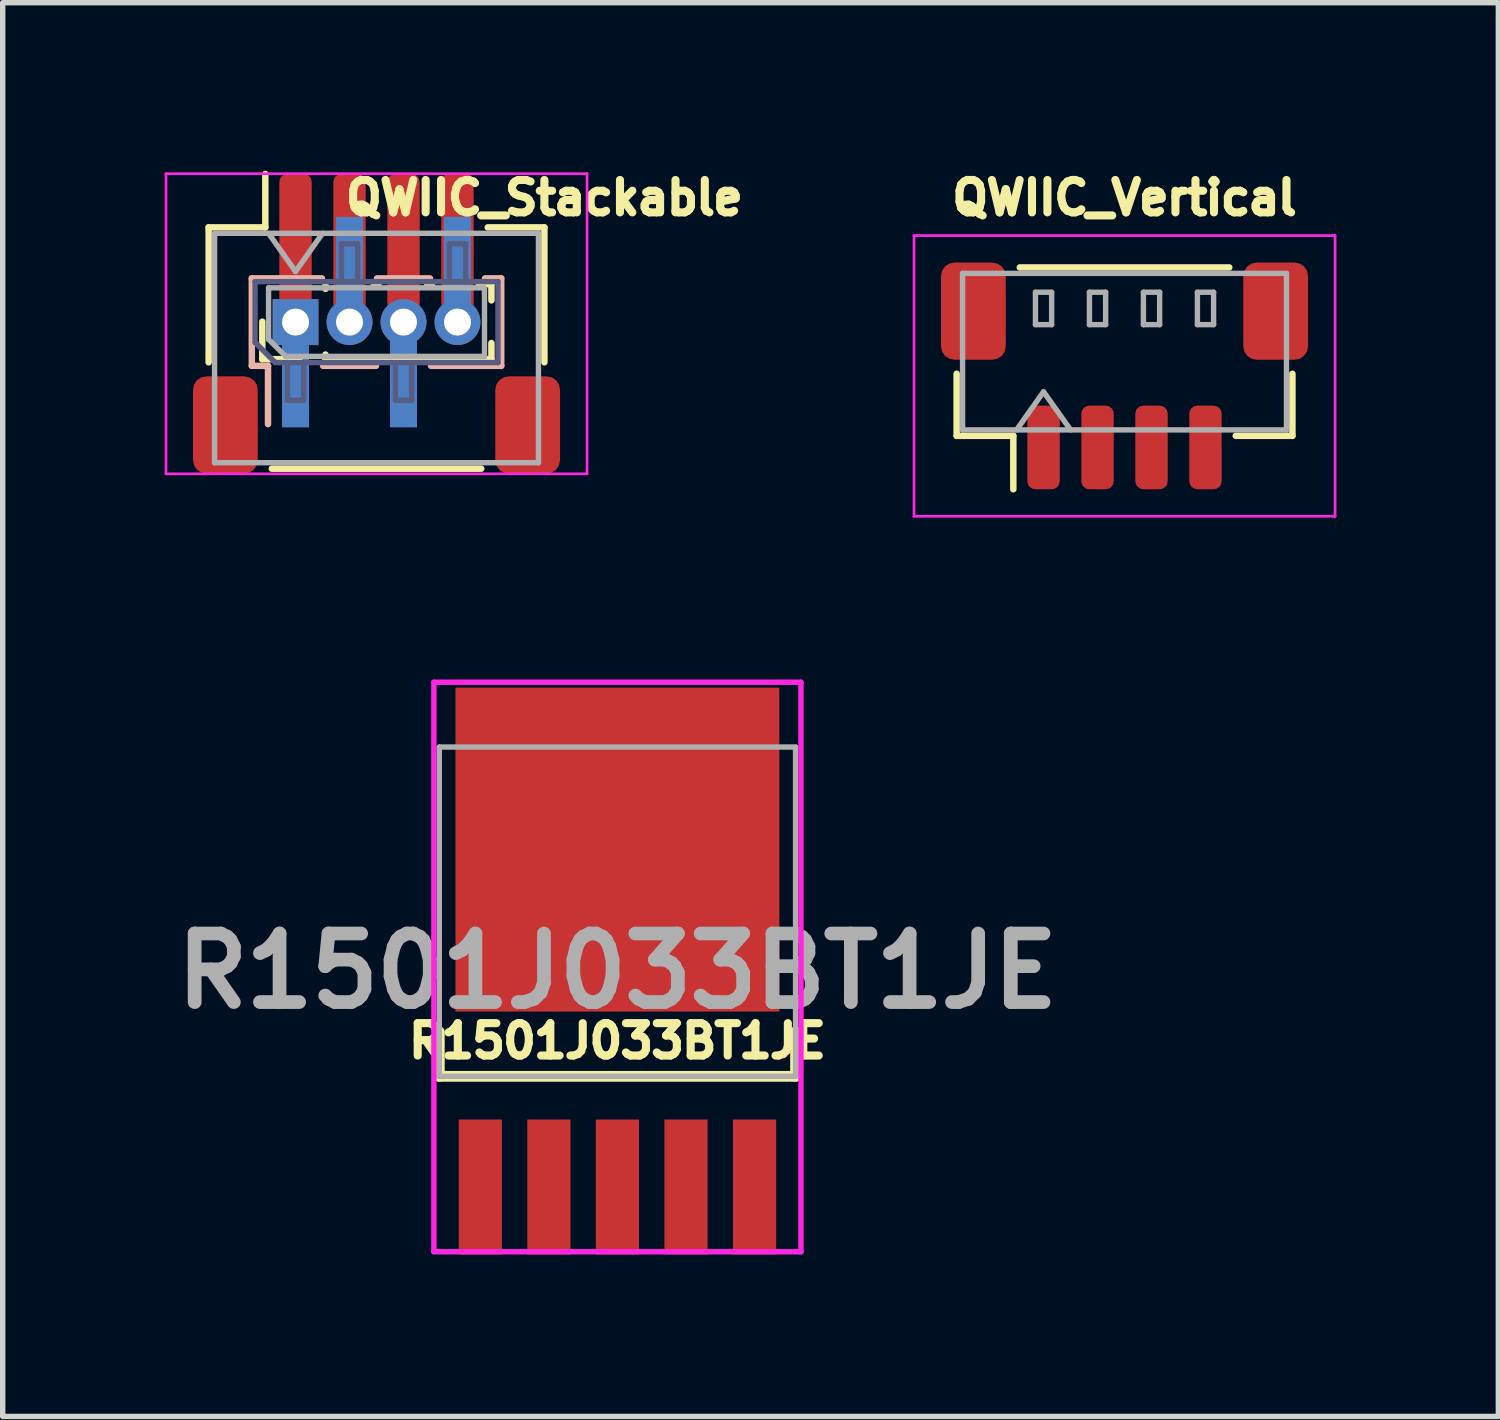
<source format=kicad_pcb>
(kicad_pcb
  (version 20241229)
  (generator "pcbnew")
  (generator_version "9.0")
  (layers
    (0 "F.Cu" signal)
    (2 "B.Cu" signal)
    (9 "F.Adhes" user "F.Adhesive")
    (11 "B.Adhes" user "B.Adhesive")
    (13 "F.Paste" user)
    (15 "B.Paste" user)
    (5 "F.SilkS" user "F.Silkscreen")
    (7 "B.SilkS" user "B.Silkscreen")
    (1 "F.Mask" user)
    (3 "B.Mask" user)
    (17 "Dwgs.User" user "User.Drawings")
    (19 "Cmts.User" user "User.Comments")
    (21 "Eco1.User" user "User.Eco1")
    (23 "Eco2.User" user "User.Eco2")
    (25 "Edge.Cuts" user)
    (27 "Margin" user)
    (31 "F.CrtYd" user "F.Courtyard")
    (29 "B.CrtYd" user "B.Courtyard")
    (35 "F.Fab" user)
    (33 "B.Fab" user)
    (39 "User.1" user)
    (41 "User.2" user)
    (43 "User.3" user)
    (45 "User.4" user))
  (footprint "R1501J033BT1JE"
    (layer "F.Cu")
    (at 8.388 14.864)
    (property "Reference" "R1501J033BT1JE" (at 0 1.37 0) (layer "F.SilkS") (effects (font (size 0.6 0.6) (thickness 0.15))))
    (attr smd)
    (fp_line (start -3.3 1.2) (end -3.3 2.025) (stroke (width 0.2) (type solid)) (layer "F.SilkS"))
    (fp_line (start -3.3 2.025) (end 3.3 2.025) (stroke (width 0.2) (type solid)) (layer "F.SilkS"))
    (fp_line (start 3.3 2.025) (end 3.3 1.2) (stroke (width 0.2) (type solid)) (layer "F.SilkS"))
    (fp_line (start -3.4 -5.275) (end 3.4 -5.275) (stroke (width 0.1) (type solid)) (layer "F.CrtYd"))
    (fp_line (start -3.4 5.275) (end -3.4 -5.275) (stroke (width 0.1) (type solid)) (layer "F.CrtYd"))
    (fp_line (start 3.4 -5.275) (end 3.4 5.275) (stroke (width 0.1) (type solid)) (layer "F.CrtYd"))
    (fp_line (start 3.4 5.275) (end -3.4 5.275) (stroke (width 0.1) (type solid)) (layer "F.CrtYd"))
    (fp_line (start -3.3 -4.075) (end 3.3 -4.075) (stroke (width 0.1) (type solid)) (layer "F.Fab"))
    (fp_line (start -3.3 2.025) (end -3.3 -4.075) (stroke (width 0.1) (type solid)) (layer "F.Fab"))
    (fp_line (start 3.3 -4.075) (end 3.3 2.025) (stroke (width 0.1) (type solid)) (layer "F.Fab"))
    (fp_line (start 3.3 2.025) (end -3.3 2.025) (stroke (width 0.1) (type solid)) (layer "F.Fab"))
    (fp_text user "${REFERENCE}" (at 0 0.075 0) (layer "F.Fab") (effects (font (size 1.27 1.27) (thickness 0.254))))
    (pad "1" smd rect (at -2.54 4.075) (size 0.8 2.5) (layers "F.Cu" "F.Mask" "F.Paste"))
    (pad "2" smd rect (at -1.27 4.075) (size 0.8 2.5) (layers "F.Cu" "F.Mask" "F.Paste"))
    (pad "3" smd rect (at 0 4.075) (size 0.8 2.5) (layers "F.Cu" "F.Mask" "F.Paste"))
    (pad "4" smd rect (at 1.27 4.075) (size 0.8 2.5) (layers "F.Cu" "F.Mask" "F.Paste"))
    (pad "5" smd rect (at 2.54 4.075) (size 0.8 2.5) (layers "F.Cu" "F.Mask" "F.Paste"))
    (pad "6" smd rect (at 0 -2.175) (size 6 6) (layers "F.Cu" "F.Mask" "F.Paste")))
  (footprint "QWIIC_Vertical"
    (layer "F.Cu")
    (at 17.782 3.914)
    (property "Reference" "QWIIC_Vertical" (at 0 -3.3 0) (layer "F.SilkS") (effects (font (size 0.6 0.6) (thickness 0.15))))
    (attr smd)
    (fp_line (start -3.11 -0.04) (end -3.11 1.11) (stroke (width 0.12) (type solid)) (layer "F.SilkS"))
    (fp_line (start -3.11 1.11) (end -2.06 1.11) (stroke (width 0.12) (type solid)) (layer "F.SilkS"))
    (fp_line (start -2.06 1.11) (end -2.06 2.1) (stroke (width 0.12) (type solid)) (layer "F.SilkS"))
    (fp_line (start -1.94 -2.01) (end 1.94 -2.01) (stroke (width 0.12) (type solid)) (layer "F.SilkS"))
    (fp_line (start 3.11 -0.04) (end 3.11 1.11) (stroke (width 0.12) (type solid)) (layer "F.SilkS"))
    (fp_line (start 3.11 1.11) (end 2.06 1.11) (stroke (width 0.12) (type solid)) (layer "F.SilkS"))
    (fp_line (start -3.9 -2.6) (end -3.9 2.6) (stroke (width 0.05) (type solid)) (layer "F.CrtYd"))
    (fp_line (start -3.9 2.6) (end 3.9 2.6) (stroke (width 0.05) (type solid)) (layer "F.CrtYd"))
    (fp_line (start 3.9 -2.6) (end -3.9 -2.6) (stroke (width 0.05) (type solid)) (layer "F.CrtYd"))
    (fp_line (start 3.9 2.6) (end 3.9 -2.6) (stroke (width 0.05) (type solid)) (layer "F.CrtYd"))
    (fp_line (start -3 -1.9) (end 3 -1.9) (stroke (width 0.1) (type solid)) (layer "F.Fab"))
    (fp_line (start -3 1) (end -3 -1.9) (stroke (width 0.1) (type solid)) (layer "F.Fab"))
    (fp_line (start -3 1) (end 3 1) (stroke (width 0.1) (type solid)) (layer "F.Fab"))
    (fp_line (start -2 1) (end -1.5 0.293) (stroke (width 0.1) (type solid)) (layer "F.Fab"))
    (fp_line (start -1.65 -1.55) (end -1.65 -0.95) (stroke (width 0.1) (type solid)) (layer "F.Fab"))
    (fp_line (start -1.65 -0.95) (end -1.35 -0.95) (stroke (width 0.1) (type solid)) (layer "F.Fab"))
    (fp_line (start -1.5 0.293) (end -1 1) (stroke (width 0.1) (type solid)) (layer "F.Fab"))
    (fp_line (start -1.35 -1.55) (end -1.65 -1.55) (stroke (width 0.1) (type solid)) (layer "F.Fab"))
    (fp_line (start -1.35 -0.95) (end -1.35 -1.55) (stroke (width 0.1) (type solid)) (layer "F.Fab"))
    (fp_line (start -0.65 -1.55) (end -0.65 -0.95) (stroke (width 0.1) (type solid)) (layer "F.Fab"))
    (fp_line (start -0.65 -0.95) (end -0.35 -0.95) (stroke (width 0.1) (type solid)) (layer "F.Fab"))
    (fp_line (start -0.35 -1.55) (end -0.65 -1.55) (stroke (width 0.1) (type solid)) (layer "F.Fab"))
    (fp_line (start -0.35 -0.95) (end -0.35 -1.55) (stroke (width 0.1) (type solid)) (layer "F.Fab"))
    (fp_line (start 0.35 -1.55) (end 0.35 -0.95) (stroke (width 0.1) (type solid)) (layer "F.Fab"))
    (fp_line (start 0.35 -0.95) (end 0.65 -0.95) (stroke (width 0.1) (type solid)) (layer "F.Fab"))
    (fp_line (start 0.65 -1.55) (end 0.35 -1.55) (stroke (width 0.1) (type solid)) (layer "F.Fab"))
    (fp_line (start 0.65 -0.95) (end 0.65 -1.55) (stroke (width 0.1) (type solid)) (layer "F.Fab"))
    (fp_line (start 1.35 -1.55) (end 1.35 -0.95) (stroke (width 0.1) (type solid)) (layer "F.Fab"))
    (fp_line (start 1.35 -0.95) (end 1.65 -0.95) (stroke (width 0.1) (type solid)) (layer "F.Fab"))
    (fp_line (start 1.65 -1.55) (end 1.35 -1.55) (stroke (width 0.1) (type solid)) (layer "F.Fab"))
    (fp_line (start 1.65 -0.95) (end 1.65 -1.55) (stroke (width 0.1) (type solid)) (layer "F.Fab"))
    (fp_line (start 3 1) (end 3 -1.9) (stroke (width 0.1) (type solid)) (layer "F.Fab"))
    (pad "1" smd roundrect (at -1.5 1.325) (size 0.6 1.55) (layers "F.Cu" "F.Mask" "F.Paste") (roundrect_rratio 0.25))
    (pad "2" smd roundrect (at -0.5 1.325) (size 0.6 1.55) (layers "F.Cu" "F.Mask" "F.Paste") (roundrect_rratio 0.25))
    (pad "3" smd roundrect (at 0.5 1.325) (size 0.6 1.55) (layers "F.Cu" "F.Mask" "F.Paste") (roundrect_rratio 0.25))
    (pad "4" smd roundrect (at 1.5 1.325) (size 0.6 1.55) (layers "F.Cu" "F.Mask" "F.Paste") (roundrect_rratio 0.25))
    (pad "MP" smd roundrect (at -2.8 -1.2) (size 1.2 1.8) (layers "F.Cu" "F.Mask" "F.Paste") (roundrect_rratio 0.208))
    (pad "MP" smd roundrect (at 2.8 -1.2) (size 1.2 1.8) (layers "F.Cu" "F.Mask" "F.Paste") (roundrect_rratio 0.208)))
  (footprint "QWIIC_Stackable"
    (layer "F.Cu")
    (at 3.925 2.917)
    (property "Reference" "QWIIC_Stackable" (at 3.11 -2.303 0) (layer "F.SilkS") (effects (font (size 0.6 0.6) (thickness 0.15))))
    (attr smd)
    (fp_line (start -3.11 -1.755) (end -2.06 -1.755) (stroke (width 0.12) (type solid)) (layer "F.SilkS"))
    (fp_line (start -3.11 0.745) (end -3.11 -1.755) (stroke (width 0.12) (type solid)) (layer "F.SilkS"))
    (fp_line (start -2.116 0.687) (end -2.116 -0.008) (stroke (width 0.12) (type solid)) (layer "F.SilkS"))
    (fp_line (start -2.06 -1.755) (end -2.06 -2.745) (stroke (width 0.12) (type solid)) (layer "F.SilkS"))
    (fp_line (start -1.94 2.715) (end 1.94 2.715) (stroke (width 0.12) (type solid)) (layer "F.SilkS"))
    (fp_line (start -1.431 0.687) (end -2.116 0.687) (stroke (width 0.12) (type solid)) (layer "F.SilkS"))
    (fp_line (start -0.946 -0.616) (end -0.946 -0.703) (stroke (width 0.12) (type solid)) (layer "F.SilkS"))
    (fp_line (start -0.946 0.687) (end -0.946 0.601) (stroke (width 0.12) (type solid)) (layer "F.SilkS"))
    (fp_line (start -0.946 0.687) (end 2.129 0.687) (stroke (width 0.12) (type solid)) (layer "F.SilkS"))
    (fp_line (start 0.036 -0.703) (end -0.05 -0.703) (stroke (width 0.12) (type solid)) (layer "F.SilkS"))
    (fp_line (start 1.027 -0.703) (end 0.94 -0.703) (stroke (width 0.12) (type solid)) (layer "F.SilkS"))
    (fp_line (start 2.129 -0.703) (end 1.894 -0.703) (stroke (width 0.12) (type solid)) (layer "F.SilkS"))
    (fp_line (start 2.129 -0.402) (end 2.129 -0.703) (stroke (width 0.12) (type solid)) (layer "F.SilkS"))
    (fp_line (start 2.129 0.687) (end 2.129 0.387) (stroke (width 0.12) (type solid)) (layer "F.SilkS"))
    (fp_line (start 3.11 -1.755) (end 2.06 -1.755) (stroke (width 0.12) (type solid)) (layer "F.SilkS"))
    (fp_line (start 3.11 0.745) (end 3.11 -1.755) (stroke (width 0.12) (type solid)) (layer "F.SilkS"))
    (fp_line (start -2.31 -0.81) (end -1.01 -0.81) (stroke (width 0.12) (type solid)) (layer "B.SilkS"))
    (fp_line (start -2.31 0.81) (end -2.31 -0.81) (stroke (width 0.12) (type solid)) (layer "B.SilkS"))
    (fp_line (start -2.31 0.81) (end -2.01 0.81) (stroke (width 0.12) (type solid)) (layer "B.SilkS"))
    (fp_line (start -2.01 1.89) (end -2.01 0.81) (stroke (width 0.12) (type solid)) (layer "B.SilkS"))
    (fp_line (start -0.99 0.81) (end -0.01 0.81) (stroke (width 0.12) (type solid)) (layer "B.SilkS"))
    (fp_line (start 0.01 -0.81) (end 0.99 -0.81) (stroke (width 0.12) (type solid)) (layer "B.SilkS"))
    (fp_line (start 1.01 0.81) (end 2.31 0.81) (stroke (width 0.12) (type solid)) (layer "B.SilkS"))
    (fp_line (start 2.01 -0.81) (end 2.31 -0.81) (stroke (width 0.12) (type solid)) (layer "B.SilkS"))
    (fp_line (start 2.31 0.81) (end 2.31 -0.81) (stroke (width 0.12) (type solid)) (layer "B.SilkS"))
    (fp_line (start -3.9 -2.75) (end -3.9 2.81) (stroke (width 0.05) (type solid)) (layer "F.CrtYd"))
    (fp_line (start -3.9 2.81) (end 3.9 2.81) (stroke (width 0.05) (type solid)) (layer "F.CrtYd"))
    (fp_line (start 3.9 -2.75) (end -3.9 -2.75) (stroke (width 0.05) (type solid)) (layer "F.CrtYd"))
    (fp_line (start 3.9 2.81) (end 3.9 -2.75) (stroke (width 0.05) (type solid)) (layer "F.CrtYd"))
    (fp_line (start -2.25 -0.75) (end 2.25 -0.75) (stroke (width 0.1) (type solid)) (layer "B.Fab"))
    (fp_line (start -2.25 0.375) (end -2.25 -0.75) (stroke (width 0.1) (type solid)) (layer "B.Fab"))
    (fp_line (start -1.875 0.75) (end -2.25 0.375) (stroke (width 0.1) (type solid)) (layer "B.Fab"))
    (fp_line (start -1.65 1.45) (end -1.65 0.75) (stroke (width 0.1) (type solid)) (layer "B.Fab"))
    (fp_line (start -1.35 0.75) (end -1.35 1.45) (stroke (width 0.1) (type solid)) (layer "B.Fab"))
    (fp_line (start -1.35 1.45) (end -1.65 1.45) (stroke (width 0.1) (type solid)) (layer "B.Fab"))
    (fp_line (start -0.65 -1.45) (end -0.35 -1.45) (stroke (width 0.1) (type solid)) (layer "B.Fab"))
    (fp_line (start -0.65 -0.75) (end -0.65 -1.45) (stroke (width 0.1) (type solid)) (layer "B.Fab"))
    (fp_line (start -0.35 -1.45) (end -0.35 -0.75) (stroke (width 0.1) (type solid)) (layer "B.Fab"))
    (fp_line (start 0.35 1.45) (end 0.35 0.75) (stroke (width 0.1) (type solid)) (layer "B.Fab"))
    (fp_line (start 0.65 0.75) (end 0.65 1.45) (stroke (width 0.1) (type solid)) (layer "B.Fab"))
    (fp_line (start 0.65 1.45) (end 0.35 1.45) (stroke (width 0.1) (type solid)) (layer "B.Fab"))
    (fp_line (start 1.35 -1.45) (end 1.65 -1.45) (stroke (width 0.1) (type solid)) (layer "B.Fab"))
    (fp_line (start 1.35 -0.75) (end 1.35 -1.45) (stroke (width 0.1) (type solid)) (layer "B.Fab"))
    (fp_line (start 1.65 -1.45) (end 1.65 -0.75) (stroke (width 0.1) (type solid)) (layer "B.Fab"))
    (fp_line (start 2.25 -0.75) (end 2.25 0.75) (stroke (width 0.1) (type solid)) (layer "B.Fab"))
    (fp_line (start 2.25 0.75) (end -1.875 0.75) (stroke (width 0.1) (type solid)) (layer "B.Fab"))
    (fp_line (start -3 -1.645) (end -3 2.605) (stroke (width 0.1) (type solid)) (layer "F.Fab"))
    (fp_line (start -3 -1.645) (end 3 -1.645) (stroke (width 0.1) (type solid)) (layer "F.Fab"))
    (fp_line (start -3 2.605) (end 3 2.605) (stroke (width 0.1) (type solid)) (layer "F.Fab"))
    (fp_line (start -2 -1.645) (end -1.5 -0.938) (stroke (width 0.1) (type solid)) (layer "F.Fab"))
    (fp_line (start -2 -0.635) (end 2 -0.635) (stroke (width 0.1) (type solid)) (layer "F.Fab"))
    (fp_line (start -2 0.318) (end -2 -0.635) (stroke (width 0.1) (type solid)) (layer "F.Fab"))
    (fp_line (start -1.683 0.635) (end -2 0.318) (stroke (width 0.1) (type solid)) (layer "F.Fab"))
    (fp_line (start -1.5 -0.938) (end -1 -1.645) (stroke (width 0.1) (type solid)) (layer "F.Fab"))
    (fp_line (start 2 -0.635) (end 2 0.635) (stroke (width 0.1) (type solid)) (layer "F.Fab"))
    (fp_line (start 2 0.635) (end -1.683 0.635) (stroke (width 0.1) (type solid)) (layer "F.Fab"))
    (fp_line (start 3 -1.645) (end 3 2.605) (stroke (width 0.1) (type solid)) (layer "F.Fab"))
    (pad "1" smd roundrect (at -1.5 -1.47) (size 0.6 2.55) (layers "F.Cu" "F.Mask" "F.Paste") (roundrect_rratio 0.25))
    (pad "1" thru_hole rect (at -1.5 0 90) (size 0.85 0.85) (drill 0.5) (layers "*.Cu" "*.Mask"))
    (pad "1" smd rect (at -1.5 0.975 90) (size 1.95 0.5) (layers "B.Cu" "B.Mask" "B.Paste"))
    (pad "2" smd roundrect (at -0.5 -1.47) (size 0.6 2.55) (layers "F.Cu" "F.Mask" "F.Paste") (roundrect_rratio 0.25))
    (pad "2" smd rect (at -0.5 -0.975 90) (size 1.95 0.5) (layers "B.Cu" "B.Mask" "B.Paste"))
    (pad "2" thru_hole oval (at -0.5 0 90) (size 0.85 0.85) (drill 0.5) (layers "*.Cu" "*.Mask"))
    (pad "3" smd roundrect (at 0.5 -1.47) (size 0.6 2.55) (layers "F.Cu" "F.Mask" "F.Paste") (roundrect_rratio 0.25))
    (pad "3" thru_hole oval (at 0.5 0 90) (size 0.85 0.85) (drill 0.5) (layers "*.Cu" "*.Mask"))
    (pad "3" smd rect (at 0.5 0.975 90) (size 1.95 0.5) (layers "B.Cu" "B.Mask" "B.Paste"))
    (pad "4" smd roundrect (at 1.5 -1.47) (size 0.6 2.55) (layers "F.Cu" "F.Mask" "F.Paste") (roundrect_rratio 0.25))
    (pad "4" smd rect (at 1.5 -0.975 90) (size 1.95 0.5) (layers "B.Cu" "B.Mask" "B.Paste"))
    (pad "4" thru_hole oval (at 1.5 0 90) (size 0.85 0.85) (drill 0.5) (layers "*.Cu" "*.Mask"))
    (pad "MP" smd roundrect (at -2.8 1.905) (size 1.2 1.8) (layers "F.Cu" "F.Mask" "F.Paste") (roundrect_rratio 0.208))
    (pad "MP" smd roundrect (at 2.8 1.905) (size 1.2 1.8) (layers "F.Cu" "F.Mask" "F.Paste") (roundrect_rratio 0.208)))
  (gr_rect
    (start -3 -3)
    (end 24.707 23.189)
    (stroke (width 0.1) (type default))
    (fill no)
    (layer "Edge.Cuts")))
</source>
